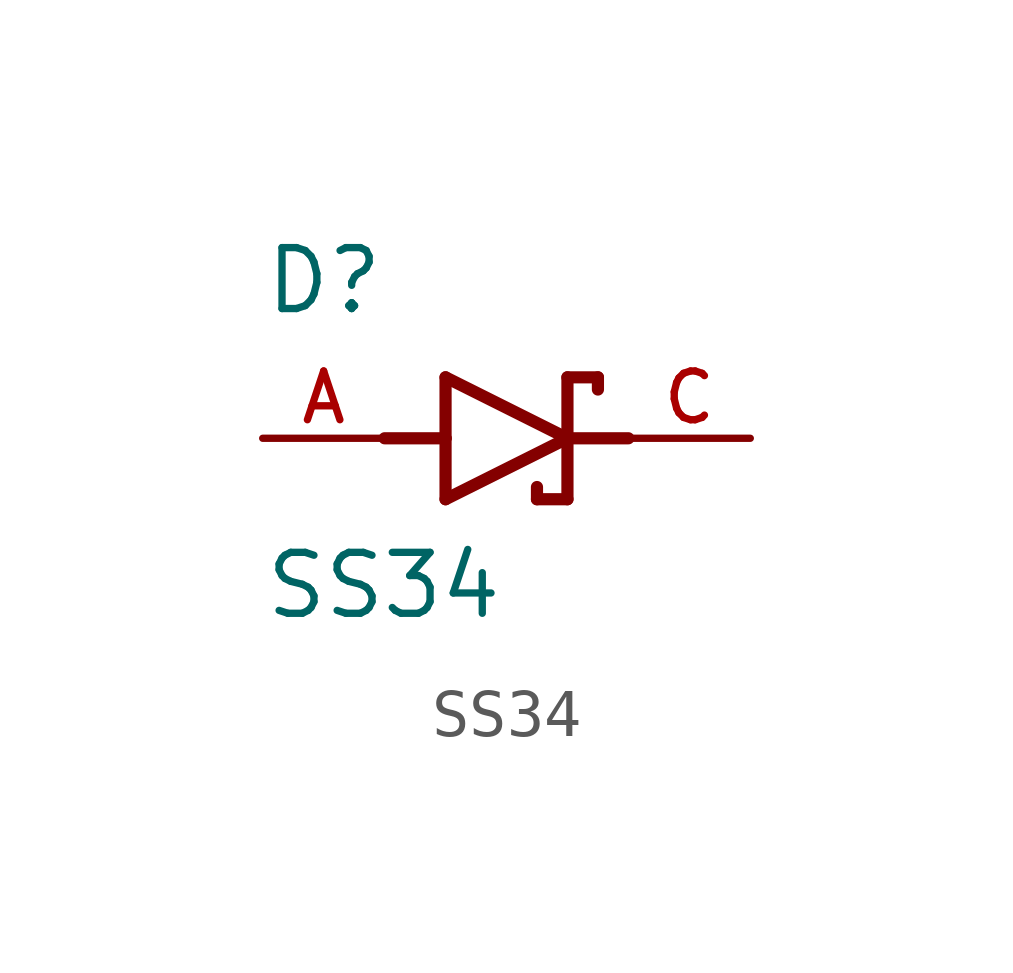
<source format=kicad_sym>
(kicad_symbol_lib
  (version 20211014)
  (generator kicad_symbol_editor)
  (symbol "SS34"
    (pin_names
      (offset 1.016))
    (property "Reference" "D"
      (at -5.08 2.54 0)
      (effects (font (size 1.27 1.27)) (justify bottom left)))
    (property "Value" "SS34"
      (at -5.08 -3.81 0)
      (effects (font (size 1.27 1.27)) (justify bottom left)))
    (symbol "SS34_0_0"
      (polyline (pts (xy -1.27 -1.27) (xy 1.27 0.0)) (stroke (width 0.254)))
      (polyline (pts (xy 1.27 0.0) (xy -1.27 1.27)) (stroke (width 0.254)))
      (polyline (pts (xy 1.905 1.27) (xy 1.27 1.27)) (stroke (width 0.254)))
      (polyline (pts (xy 1.27 1.27) (xy 1.27 0.0)) (stroke (width 0.254)))
      (polyline (pts (xy -1.27 1.27) (xy -1.27 0.0)) (stroke (width 0.254)))
      (polyline (pts (xy -1.27 0.0) (xy -1.27 -1.27)) (stroke (width 0.254)))
      (polyline (pts (xy 1.27 0.0) (xy 1.27 -1.27)) (stroke (width 0.254)))
      (polyline (pts (xy 1.905 1.27) (xy 1.905 1.016)) (stroke (width 0.254)))
      (polyline (pts (xy 1.27 -1.27) (xy 0.635 -1.27)) (stroke (width 0.254)))
      (polyline (pts (xy 0.635 -1.016) (xy 0.635 -1.27)) (stroke (width 0.254)))
      (polyline (pts (xy -2.54 0.0) (xy -1.27 0.0)) (stroke (width 0.254)))
      (polyline (pts (xy 2.54 0.0) (xy 1.27 0.0)) (stroke (width 0.254)))
      (pin passive line (at 5.08 0.0 180.0) (length 2.54) (name "~" (effects (font (size 1.016 1.016)))) (number "C" (effects (font (size 1.016 1.016)))))
      (pin passive line (at -5.08 0.0 0) (length 2.54) (name "~" (effects (font (size 1.016 1.016)))) (number "A" (effects (font (size 1.016 1.016))))))))
</source>
